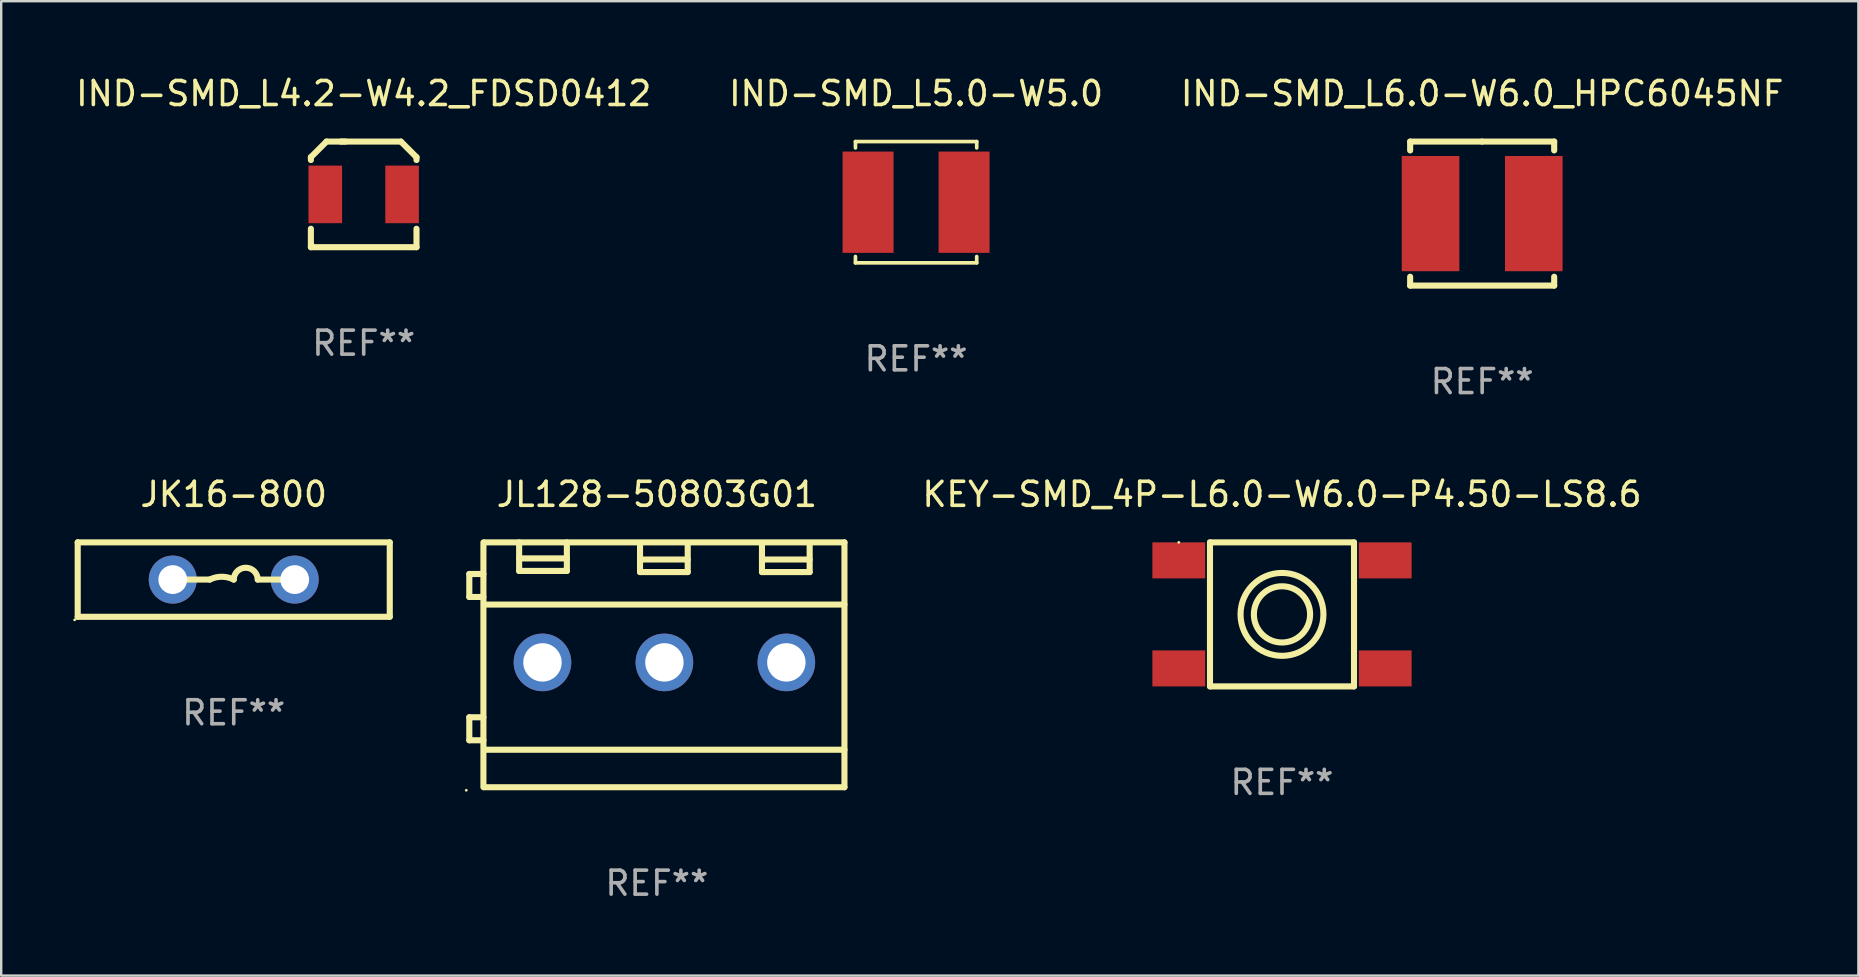
<source format=kicad_pcb>
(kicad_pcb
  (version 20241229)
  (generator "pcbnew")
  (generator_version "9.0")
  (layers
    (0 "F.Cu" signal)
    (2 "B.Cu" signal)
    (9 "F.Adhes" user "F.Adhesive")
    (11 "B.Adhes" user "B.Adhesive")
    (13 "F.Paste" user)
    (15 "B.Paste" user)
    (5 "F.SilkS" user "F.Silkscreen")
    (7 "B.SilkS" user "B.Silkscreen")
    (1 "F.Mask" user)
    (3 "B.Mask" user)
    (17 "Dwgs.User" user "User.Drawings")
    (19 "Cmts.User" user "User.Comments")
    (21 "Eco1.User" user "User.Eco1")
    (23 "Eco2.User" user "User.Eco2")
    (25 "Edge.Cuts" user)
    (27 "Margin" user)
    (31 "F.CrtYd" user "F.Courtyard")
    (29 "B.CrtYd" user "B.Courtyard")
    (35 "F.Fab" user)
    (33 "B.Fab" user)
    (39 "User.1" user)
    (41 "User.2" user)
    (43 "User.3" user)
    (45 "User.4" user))
  (footprint "KEY-SMD_4P-L6.0-W6.0-P4.50-LS8.6"
    (layer "F.Cu")
    (at 50.357 22.545)
    (property "Reference" "KEY-SMD_4P-L6.0-W6.0-P4.50-LS8.6" (at 0 -5 0) (layer "F.SilkS") (effects (font (size 1 1) (thickness 0.15))))
    (attr through_hole)
    (fp_line (start -3 -3) (end -3 3) (stroke (width 0.254) (type solid)) (layer "F.SilkS"))
    (fp_line (start -3 -3) (end 3 -3) (stroke (width 0.254) (type solid)) (layer "F.SilkS"))
    (fp_line (start -3 3) (end 3 3) (stroke (width 0.254) (type solid)) (layer "F.SilkS"))
    (fp_line (start 3 -3) (end 3 3) (stroke (width 0.254) (type solid)) (layer "F.SilkS"))
    (fp_circle (center -4.3 -3) (end -4.27 -3) (stroke (width 0.06) (type solid)) (fill no) (layer "F.SilkS"))
    (fp_circle (center 0 -0.000076) (end 1.171 -0.000076) (stroke (width 0.254) (type solid)) (fill no) (layer "F.SilkS"))
    (fp_circle (center 0 -0.000076) (end 1.727 -0.000076) (stroke (width 0.254) (type solid)) (fill no) (layer "F.SilkS"))
    (fp_text user "REF**" (at 0 7 0) (layer "F.Fab") (effects (font (size 1 1) (thickness 0.15))))
    (pad "1" smd rect (at -4.3 -2.25) (size 2.2 1.5) (layers "F.Cu" "F.Mask" "F.Paste"))
    (pad "2" smd rect (at 4.3 -2.25) (size 2.2 1.5) (layers "F.Cu" "F.Mask" "F.Paste"))
    (pad "3" smd rect (at -4.3 2.25) (size 2.2 1.5) (layers "F.Cu" "F.Mask" "F.Paste"))
    (pad "4" smd rect (at 4.3 2.25) (size 2.2 1.5) (layers "F.Cu" "F.Mask" "F.Paste")))
  (footprint "JL128-50803G01"
    (layer "F.Cu")
    (at 24.315 24.645)
    (property "Reference" "JL128-50803G01" (at 0 -7.1 0) (layer "F.SilkS") (effects (font (size 1 1) (thickness 0.15))))
    (attr through_hole)
    (fp_line (start -7.814 -3.783) (end -7.227 -3.783) (stroke (width 0.254) (type solid)) (layer "F.SilkS"))
    (fp_line (start -7.814 -2.825) (end -7.814 -3.783) (stroke (width 0.254) (type solid)) (layer "F.SilkS"))
    (fp_line (start -7.814 2.186) (end -7.227 2.186) (stroke (width 0.254) (type solid)) (layer "F.SilkS"))
    (fp_line (start -7.814 3.144) (end -7.814 2.186) (stroke (width 0.254) (type solid)) (layer "F.SilkS"))
    (fp_line (start -7.227 -2.825) (end -7.814 -2.825) (stroke (width 0.254) (type solid)) (layer "F.SilkS"))
    (fp_line (start -7.227 3.144) (end -7.814 3.144) (stroke (width 0.254) (type solid)) (layer "F.SilkS"))
    (fp_line (start -7.226 -5.1) (end -7.226 5.1) (stroke (width 0.254) (type solid)) (layer "F.SilkS"))
    (fp_line (start -7.186 -5.1) (end 7.814 -5.1) (stroke (width 0.254) (type solid)) (layer "F.SilkS"))
    (fp_line (start -7.186 -2.509) (end 7.814 -2.509) (stroke (width 0.254) (type solid)) (layer "F.SilkS"))
    (fp_line (start -7.186 3.538) (end 7.814 3.538) (stroke (width 0.254) (type solid)) (layer "F.SilkS"))
    (fp_line (start -7.186 5.1) (end 7.814 5.1) (stroke (width 0.254) (type solid)) (layer "F.SilkS"))
    (fp_line (start -5.738 -5.1) (end -5.738 -3.91) (stroke (width 0.254) (type solid)) (layer "F.SilkS"))
    (fp_line (start -5.738 -4.433) (end -3.75 -4.433) (stroke (width 0.254) (type solid)) (layer "F.SilkS"))
    (fp_line (start -5.738 -3.91) (end -3.75 -3.91) (stroke (width 0.254) (type solid)) (layer "F.SilkS"))
    (fp_line (start -3.75 -3.91) (end -3.75 -5.1) (stroke (width 0.254) (type solid)) (layer "F.SilkS"))
    (fp_line (start -0.702 -5.053) (end -0.702 -3.863) (stroke (width 0.254) (type solid)) (layer "F.SilkS"))
    (fp_line (start -0.702 -4.386) (end 1.285 -4.386) (stroke (width 0.254) (type solid)) (layer "F.SilkS"))
    (fp_line (start -0.702 -3.863) (end 1.285 -3.863) (stroke (width 0.254) (type solid)) (layer "F.SilkS"))
    (fp_line (start 1.285 -3.863) (end 1.285 -5.053) (stroke (width 0.254) (type solid)) (layer "F.SilkS"))
    (fp_line (start 4.378 -5.053) (end 4.378 -3.863) (stroke (width 0.254) (type solid)) (layer "F.SilkS"))
    (fp_line (start 4.378 -4.386) (end 6.365 -4.386) (stroke (width 0.254) (type solid)) (layer "F.SilkS"))
    (fp_line (start 4.378 -3.863) (end 6.365 -3.863) (stroke (width 0.254) (type solid)) (layer "F.SilkS"))
    (fp_line (start 6.365 -3.863) (end 6.365 -5.053) (stroke (width 0.254) (type solid)) (layer "F.SilkS"))
    (fp_line (start 7.814 5.1) (end 7.814 -5.1) (stroke (width 0.254) (type solid)) (layer "F.SilkS"))
    (fp_circle (center -7.941 5.227) (end -7.911 5.227) (stroke (width 0.06) (type solid)) (fill no) (layer "F.SilkS"))
    (fp_text user "REF**" (at 0 9.1 0) (layer "F.Fab") (effects (font (size 1 1) (thickness 0.15))))
    (pad "1" thru_hole circle (at -4.766 -0.1) (size 2.4 2.4) (drill 1.6) (layers "*.Cu" "*.Mask"))
    (pad "2" thru_hole circle (at 0.314 -0.1) (size 2.4 2.4) (drill 1.6) (layers "*.Cu" "*.Mask"))
    (pad "3" thru_hole circle (at 5.394 -0.1) (size 2.4 2.4) (drill 1.6) (layers "*.Cu" "*.Mask")))
  (footprint "IND-SMD_L6.0-W6.0_HPC6045NF"
    (layer "F.Cu")
    (at 58.696 5.848)
    (property "Reference" "IND-SMD_L6.0-W6.0_HPC6045NF" (at 0 -5 0) (layer "F.SilkS") (effects (font (size 1 1) (thickness 0.15))))
    (attr through_hole)
    (fp_line (start -3 -3) (end 0 -3) (stroke (width 0.254) (type solid)) (layer "F.SilkS"))
    (fp_line (start -3 -2.631) (end -3 -3) (stroke (width 0.254) (type solid)) (layer "F.SilkS"))
    (fp_line (start -3 3) (end -3 2.631) (stroke (width 0.254) (type solid)) (layer "F.SilkS"))
    (fp_line (start 0 -3) (end 3 -3) (stroke (width 0.254) (type solid)) (layer "F.SilkS"))
    (fp_line (start 3 -3) (end 3 -2.631) (stroke (width 0.254) (type solid)) (layer "F.SilkS"))
    (fp_line (start 3 2.631) (end 3 3) (stroke (width 0.254) (type solid)) (layer "F.SilkS"))
    (fp_line (start 3 3) (end -3 3) (stroke (width 0.254) (type solid)) (layer "F.SilkS"))
    (fp_circle (center -3 3) (end -2.97 3) (stroke (width 0.06) (type solid)) (fill no) (layer "F.SilkS"))
    (fp_text user "REF**" (at 0 7 0) (layer "F.Fab") (effects (font (size 1 1) (thickness 0.15))))
    (pad "1" smd rect (at -2.15 0) (size 2.4 4.8) (layers "F.Cu" "F.Mask" "F.Paste"))
    (pad "2" smd rect (at 2.15 0) (size 2.4 4.8) (layers "F.Cu" "F.Mask" "F.Paste")))
  (footprint "IND-SMD_L5.0-W5.0"
    (layer "F.Cu")
    (at 35.113 5.374)
    (property "Reference" "IND-SMD_L5.0-W5.0" (at 0 -4.526 0) (layer "F.SilkS") (effects (font (size 1 1) (thickness 0.15))))
    (attr through_hole)
    (fp_line (start -2.526 -2.526) (end 2.526 -2.526) (stroke (width 0.152) (type solid)) (layer "F.SilkS"))
    (fp_line (start -2.526 -2.262) (end -2.526 -2.526) (stroke (width 0.152) (type solid)) (layer "F.SilkS"))
    (fp_line (start -2.526 2.262) (end -2.526 2.526) (stroke (width 0.152) (type solid)) (layer "F.SilkS"))
    (fp_line (start -2.526 2.526) (end 2.526 2.526) (stroke (width 0.152) (type solid)) (layer "F.SilkS"))
    (fp_line (start 2.526 -2.526) (end 2.526 -2.262) (stroke (width 0.152) (type solid)) (layer "F.SilkS"))
    (fp_line (start 2.526 2.526) (end 2.526 2.262) (stroke (width 0.152) (type solid)) (layer "F.SilkS"))
    (fp_circle (center 2.5 -2.5) (end 2.53 -2.5) (stroke (width 0.06) (type solid)) (fill no) (layer "F.SilkS"))
    (fp_text user "REF**" (at 0 6.526 0) (layer "F.Fab") (effects (font (size 1 1) (thickness 0.15))))
    (pad "1" smd rect (at 2 0) (size 2.124 4.22) (layers "F.Cu" "F.Mask" "F.Paste"))
    (pad "2" smd rect (at -2 0) (size 2.124 4.22) (layers "F.Cu" "F.Mask" "F.Paste")))
  (footprint "IND-SMD_L4.2-W4.2_FDSD0412"
    (layer "F.Cu")
    (at 12.101 5.048)
    (property "Reference" "IND-SMD_L4.2-W4.2_FDSD0412" (at 0 -4.2 0) (layer "F.SilkS") (effects (font (size 1 1) (thickness 0.15))))
    (attr through_hole)
    (fp_line (start -2.2 -1.55) (end -1.55 -2.2) (stroke (width 0.254) (type solid)) (layer "F.SilkS"))
    (fp_line (start -2.2 -1.431) (end -2.2 -1.55) (stroke (width 0.254) (type solid)) (layer "F.SilkS"))
    (fp_line (start -2.2 2.2) (end -2.2 1.431) (stroke (width 0.254) (type solid)) (layer "F.SilkS"))
    (fp_line (start -1.55 -2.2) (end -0.757 -2.2) (stroke (width 0.254) (type solid)) (layer "F.SilkS"))
    (fp_line (start -0.95 -2.2) (end 1.55 -2.2) (stroke (width 0.254) (type solid)) (layer "F.SilkS"))
    (fp_line (start 1.55 -2.2) (end 2.2 -1.55) (stroke (width 0.254) (type solid)) (layer "F.SilkS"))
    (fp_line (start 2.2 -1.55) (end 2.2 -1.431) (stroke (width 0.254) (type solid)) (layer "F.SilkS"))
    (fp_line (start 2.2 1.431) (end 2.2 2.2) (stroke (width 0.254) (type solid)) (layer "F.SilkS"))
    (fp_line (start 2.2 2.2) (end -2.2 2.2) (stroke (width 0.254) (type solid)) (layer "F.SilkS"))
    (fp_circle (center -2.1 2.1) (end -2.07 2.1) (stroke (width 0.06) (type solid)) (fill no) (layer "F.SilkS"))
    (fp_text user "REF**" (at 0 6.2 0) (layer "F.Fab") (effects (font (size 1 1) (thickness 0.15))))
    (pad "1" smd rect (at -1.6 0) (size 1.4 2.4) (layers "F.Cu" "F.Mask" "F.Paste"))
    (pad "2" smd rect (at 1.6 0) (size 1.4 2.4) (layers "F.Cu" "F.Mask" "F.Paste")))
  (footprint "JK16-800"
    (layer "F.Cu")
    (at 6.687 21.095)
    (property "Reference" "JK16-800" (at 0 -3.55 0) (layer "F.SilkS") (effects (font (size 1 1) (thickness 0.15))))
    (attr through_hole)
    (fp_line (start -6.5 -1.55) (end 6.5 -1.55) (stroke (width 0.254) (type solid)) (layer "F.SilkS"))
    (fp_line (start -6.5 1.55) (end -6.5 -1.55) (stroke (width 0.254) (type solid)) (layer "F.SilkS"))
    (fp_line (start -1 -0.000127) (end -2 -0.000127) (stroke (width 0.254) (type solid)) (layer "F.SilkS"))
    (fp_line (start 1 -0.000127) (end 2 -0.000127) (stroke (width 0.254) (type solid)) (layer "F.SilkS"))
    (fp_line (start 6.5 -1.55) (end 6.5 1.55) (stroke (width 0.254) (type solid)) (layer "F.SilkS"))
    (fp_line (start 6.5 1.55) (end -6.5 1.55) (stroke (width 0.254) (type solid)) (layer "F.SilkS"))
    (fp_arc (start -1.000127 -0.000127) (mid -0.500127 -0.118148) (end -0.000127 -0.000127) (stroke (width 0.254001) (type solid)) (layer "F.SilkS"))
    (fp_arc (start -0.000127 -0.000127) (mid 0.500254 -0.5) (end 1.000635 -0.000127) (stroke (width 0.254001) (type solid)) (layer "F.SilkS"))
    (fp_circle (center -6.627 1.677) (end -6.597 1.677) (stroke (width 0.06) (type solid)) (fill no) (layer "F.SilkS"))
    (fp_text user "REF**" (at 0 5.55 0) (layer "F.Fab") (effects (font (size 1 1) (thickness 0.15))))
    (pad "1" thru_hole circle (at -2.54 -0.000127) (size 2 2) (drill 1.2) (layers "*.Cu" "*.Mask"))
    (pad "2" thru_hole circle (at 2.54 -0.000127) (size 2 2) (drill 1.2) (layers "*.Cu" "*.Mask")))
  (gr_rect
    (start -3 -3)
    (end 74.369 37.593)
    (stroke (width 0.1) (type default))
    (fill no)
    (layer "Edge.Cuts")))
</source>
